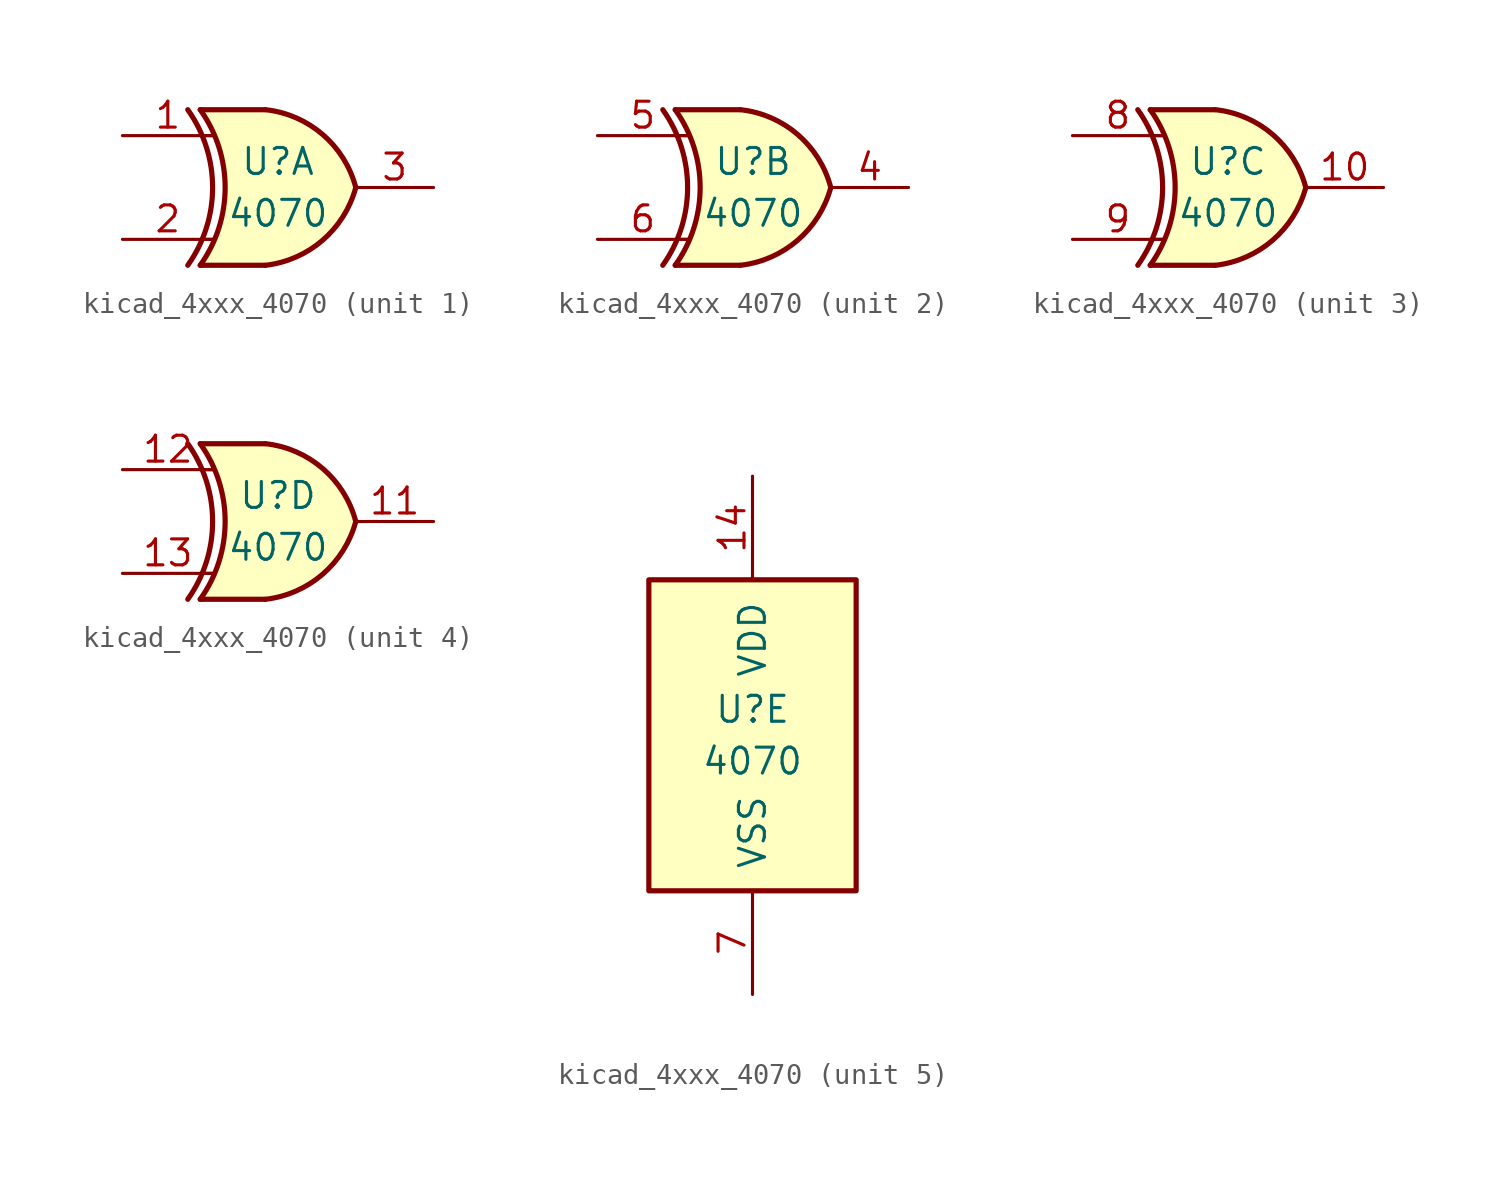
<source format=kicad_sym>
(kicad_symbol_lib
  (version 20220914)
  (generator kicad_symbol_editor)
  (symbol "kicad_4xxx_4070"
    (pin_names
      (offset 1.016))
    (property "Reference" "U"
      (at 0 1.27 0)
      (effects (font (size 1.27 1.27))))
    (property "Value" "4070"
      (at 0 -1.27 0)
      (effects (font (size 1.27 1.27))))
    (property "ki_locked" ""
      (at 0 0 0)
      (effects (font (size 1.27 1.27))))
    (symbol "kicad_4xxx_4070_1_0"
      (arc (start -4.4196 -3.81) (mid -3.2033 0) (end -4.4196 3.81) (stroke (width 0.254) (type default)) (fill (type none)))
      (arc (start -3.81 -3.81) (mid -2.589 0) (end -3.81 3.81) (stroke (width 0.254) (type default)) (fill (type none)))
      (arc (start -0.6096 -3.81) (mid 2.1842 -2.5851) (end 3.81 0) (stroke (width 0.254) (type default)) (fill (type background)))
      (polyline (pts (xy -3.81 -3.81) (xy -0.635 -3.81)) (stroke (width 0.254) (type default)) (fill (type background)))
      (polyline (pts (xy -3.81 3.81) (xy -0.635 3.81)) (stroke (width 0.254) (type default)) (fill (type background)))
      (polyline (pts (xy -0.635 3.81) (xy -3.81 3.81) (xy -3.81 3.81) (xy -3.556 3.404) (xy -3.023 2.261) (xy -2.692 1.041) (xy -2.616 -0.254) (xy -2.769 -1.499) (xy -3.175 -2.718) (xy -3.81 -3.81) (xy -3.81 -3.81) (xy -0.635 -3.81)) (stroke (width -25.4) (type default)) (fill (type background)))
      (arc (start 3.81 0) (mid 2.1915 2.5936) (end -0.6096 3.81) (stroke (width 0.254) (type default)) (fill (type background)))
      (pin input line (at -7.62 2.54 0) (length 4.445) (name "~" (effects (font (size 1.27 1.27)))) (number "1" (effects (font (size 1.27 1.27)))))
      (pin input line (at -7.62 -2.54 0) (length 4.445) (name "~" (effects (font (size 1.27 1.27)))) (number "2" (effects (font (size 1.27 1.27)))))
      (pin output line (at 7.62 0 180) (length 3.81) (name "~" (effects (font (size 1.27 1.27)))) (number "3" (effects (font (size 1.27 1.27))))))
    (symbol "kicad_4xxx_4070_1_1"
      (polyline (pts (xy -3.81 -2.54) (xy -3.175 -2.54)) (stroke (width 0.152) (type default)) (fill (type none)))
      (polyline (pts (xy -3.81 2.54) (xy -3.175 2.54)) (stroke (width 0.152) (type default)) (fill (type none))))
    (symbol "kicad_4xxx_4070_2_0"
      (arc (start -4.4196 -3.81) (mid -3.2033 0) (end -4.4196 3.81) (stroke (width 0.254) (type default)) (fill (type none)))
      (arc (start -3.81 -3.81) (mid -2.589 0) (end -3.81 3.81) (stroke (width 0.254) (type default)) (fill (type none)))
      (arc (start -0.6096 -3.81) (mid 2.1842 -2.5851) (end 3.81 0) (stroke (width 0.254) (type default)) (fill (type background)))
      (polyline (pts (xy -3.81 -3.81) (xy -0.635 -3.81)) (stroke (width 0.254) (type default)) (fill (type background)))
      (polyline (pts (xy -3.81 3.81) (xy -0.635 3.81)) (stroke (width 0.254) (type default)) (fill (type background)))
      (polyline (pts (xy -0.635 3.81) (xy -3.81 3.81) (xy -3.81 3.81) (xy -3.556 3.404) (xy -3.023 2.261) (xy -2.692 1.041) (xy -2.616 -0.254) (xy -2.769 -1.499) (xy -3.175 -2.718) (xy -3.81 -3.81) (xy -3.81 -3.81) (xy -0.635 -3.81)) (stroke (width -25.4) (type default)) (fill (type background)))
      (arc (start 3.81 0) (mid 2.1915 2.5936) (end -0.6096 3.81) (stroke (width 0.254) (type default)) (fill (type background)))
      (pin output line (at 7.62 0 180) (length 3.81) (name "~" (effects (font (size 1.27 1.27)))) (number "4" (effects (font (size 1.27 1.27)))))
      (pin input line (at -7.62 2.54 0) (length 4.445) (name "~" (effects (font (size 1.27 1.27)))) (number "5" (effects (font (size 1.27 1.27)))))
      (pin input line (at -7.62 -2.54 0) (length 4.445) (name "~" (effects (font (size 1.27 1.27)))) (number "6" (effects (font (size 1.27 1.27))))))
    (symbol "kicad_4xxx_4070_2_1"
      (polyline (pts (xy -3.81 -2.54) (xy -3.175 -2.54)) (stroke (width 0.152) (type default)) (fill (type none)))
      (polyline (pts (xy -3.81 2.54) (xy -3.175 2.54)) (stroke (width 0.152) (type default)) (fill (type none))))
    (symbol "kicad_4xxx_4070_3_0"
      (arc (start -4.4196 -3.81) (mid -3.2033 0) (end -4.4196 3.81) (stroke (width 0.254) (type default)) (fill (type none)))
      (arc (start -3.81 -3.81) (mid -2.589 0) (end -3.81 3.81) (stroke (width 0.254) (type default)) (fill (type none)))
      (arc (start -0.6096 -3.81) (mid 2.1842 -2.5851) (end 3.81 0) (stroke (width 0.254) (type default)) (fill (type background)))
      (polyline (pts (xy -3.81 -3.81) (xy -0.635 -3.81)) (stroke (width 0.254) (type default)) (fill (type background)))
      (polyline (pts (xy -3.81 3.81) (xy -0.635 3.81)) (stroke (width 0.254) (type default)) (fill (type background)))
      (polyline (pts (xy -0.635 3.81) (xy -3.81 3.81) (xy -3.81 3.81) (xy -3.556 3.404) (xy -3.023 2.261) (xy -2.692 1.041) (xy -2.616 -0.254) (xy -2.769 -1.499) (xy -3.175 -2.718) (xy -3.81 -3.81) (xy -3.81 -3.81) (xy -0.635 -3.81)) (stroke (width -25.4) (type default)) (fill (type background)))
      (arc (start 3.81 0) (mid 2.1915 2.5936) (end -0.6096 3.81) (stroke (width 0.254) (type default)) (fill (type background)))
      (pin output line (at 7.62 0 180) (length 3.81) (name "~" (effects (font (size 1.27 1.27)))) (number "10" (effects (font (size 1.27 1.27)))))
      (pin input line (at -7.62 2.54 0) (length 4.445) (name "~" (effects (font (size 1.27 1.27)))) (number "8" (effects (font (size 1.27 1.27)))))
      (pin input line (at -7.62 -2.54 0) (length 4.445) (name "~" (effects (font (size 1.27 1.27)))) (number "9" (effects (font (size 1.27 1.27))))))
    (symbol "kicad_4xxx_4070_3_1"
      (polyline (pts (xy -3.81 -2.54) (xy -3.175 -2.54)) (stroke (width 0.152) (type default)) (fill (type none)))
      (polyline (pts (xy -3.81 2.54) (xy -3.175 2.54)) (stroke (width 0.152) (type default)) (fill (type none))))
    (symbol "kicad_4xxx_4070_4_0"
      (arc (start -4.4196 -3.81) (mid -3.2033 0) (end -4.4196 3.81) (stroke (width 0.254) (type default)) (fill (type none)))
      (arc (start -3.81 -3.81) (mid -2.589 0) (end -3.81 3.81) (stroke (width 0.254) (type default)) (fill (type none)))
      (arc (start -0.6096 -3.81) (mid 2.1842 -2.5851) (end 3.81 0) (stroke (width 0.254) (type default)) (fill (type background)))
      (polyline (pts (xy -3.81 -3.81) (xy -0.635 -3.81)) (stroke (width 0.254) (type default)) (fill (type background)))
      (polyline (pts (xy -3.81 3.81) (xy -0.635 3.81)) (stroke (width 0.254) (type default)) (fill (type background)))
      (polyline (pts (xy -0.635 3.81) (xy -3.81 3.81) (xy -3.81 3.81) (xy -3.556 3.404) (xy -3.023 2.261) (xy -2.692 1.041) (xy -2.616 -0.254) (xy -2.769 -1.499) (xy -3.175 -2.718) (xy -3.81 -3.81) (xy -3.81 -3.81) (xy -0.635 -3.81)) (stroke (width -25.4) (type default)) (fill (type background)))
      (arc (start 3.81 0) (mid 2.1915 2.5936) (end -0.6096 3.81) (stroke (width 0.254) (type default)) (fill (type background)))
      (pin output line (at 7.62 0 180) (length 3.81) (name "~" (effects (font (size 1.27 1.27)))) (number "11" (effects (font (size 1.27 1.27)))))
      (pin input line (at -7.62 2.54 0) (length 4.445) (name "~" (effects (font (size 1.27 1.27)))) (number "12" (effects (font (size 1.27 1.27)))))
      (pin input line (at -7.62 -2.54 0) (length 4.445) (name "~" (effects (font (size 1.27 1.27)))) (number "13" (effects (font (size 1.27 1.27))))))
    (symbol "kicad_4xxx_4070_4_1"
      (polyline (pts (xy -3.81 -2.54) (xy -3.175 -2.54)) (stroke (width 0.152) (type default)) (fill (type none)))
      (polyline (pts (xy -3.81 2.54) (xy -3.175 2.54)) (stroke (width 0.152) (type default)) (fill (type none))))
    (symbol "kicad_4xxx_4070_5_0"
      (pin power_in line (at 0 12.7 270) (length 5.08) (name "VDD" (effects (font (size 1.27 1.27)))) (number "14" (effects (font (size 1.27 1.27)))))
      (pin power_in line (at 0 -12.7 90) (length 5.08) (name "VSS" (effects (font (size 1.27 1.27)))) (number "7" (effects (font (size 1.27 1.27))))))
    (symbol "kicad_4xxx_4070_5_1"
      (rectangle (start -5.08 7.62) (end 5.08 -7.62) (stroke (width 0.254) (type default)) (fill (type background))))))
</source>
